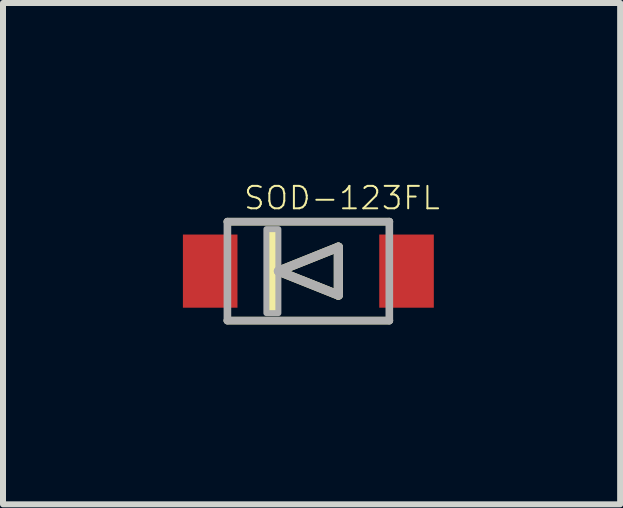
<source format=kicad_pcb>
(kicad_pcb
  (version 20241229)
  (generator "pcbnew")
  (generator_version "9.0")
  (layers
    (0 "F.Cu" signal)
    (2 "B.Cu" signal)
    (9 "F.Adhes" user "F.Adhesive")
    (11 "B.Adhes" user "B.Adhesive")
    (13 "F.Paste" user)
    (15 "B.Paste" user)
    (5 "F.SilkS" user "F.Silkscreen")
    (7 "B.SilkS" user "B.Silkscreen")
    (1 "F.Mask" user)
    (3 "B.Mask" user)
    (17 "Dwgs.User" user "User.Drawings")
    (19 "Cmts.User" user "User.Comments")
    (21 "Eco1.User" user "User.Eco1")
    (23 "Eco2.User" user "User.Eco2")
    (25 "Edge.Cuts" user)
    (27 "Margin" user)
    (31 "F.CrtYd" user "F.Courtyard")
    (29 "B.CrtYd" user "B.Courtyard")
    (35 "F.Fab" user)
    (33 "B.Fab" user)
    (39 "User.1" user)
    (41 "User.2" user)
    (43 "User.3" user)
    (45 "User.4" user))
  (footprint "SOD-123FL"
    (layer "F.Cu")
    (at 2.092 1.471)
    (property "Reference" "SOD-123FL" (at -1.1 -1 0) (unlocked yes) (layer "F.SilkS") (effects (font (size 0.374 0.374) (thickness 0.033)) (justify left bottom)))
    (fp_line (start -1.35 -0.825) (end 1.35 -0.825) (stroke (width 0.127) (type solid)) (layer "F.SilkS"))
    (fp_line (start -0.5 0) (end 0.5 -0.4) (stroke (width 0.152) (type solid)) (layer "F.SilkS"))
    (fp_line (start 0.5 -0.4) (end 0.5 0.4) (stroke (width 0.152) (type solid)) (layer "F.SilkS"))
    (fp_line (start 0.5 0.4) (end -0.5 0) (stroke (width 0.152) (type solid)) (layer "F.SilkS"))
    (fp_line (start 1.35 0.825) (end -1.35 0.825) (stroke (width 0.127) (type solid)) (layer "F.SilkS"))
    (fp_poly (pts (xy -0.7 0.7) (xy -0.5 0.7) (xy -0.5 -0.7) (xy -0.7 -0.7)) (stroke (width 0) (type default)) (fill yes) (layer "F.SilkS"))
    (fp_line (start -1.35 -0.825) (end 1.35 -0.825) (stroke (width 0.127) (type solid)) (layer "F.Fab"))
    (fp_line (start -1.35 0.825) (end -1.35 -0.825) (stroke (width 0.127) (type solid)) (layer "F.Fab"))
    (fp_line (start -0.5 0) (end 0.5 -0.4) (stroke (width 0.152) (type solid)) (layer "F.Fab"))
    (fp_line (start 0.5 -0.4) (end 0.5 0.4) (stroke (width 0.152) (type solid)) (layer "F.Fab"))
    (fp_line (start 0.5 0.4) (end -0.5 0) (stroke (width 0.152) (type solid)) (layer "F.Fab"))
    (fp_line (start 1.35 -0.825) (end 1.35 0.825) (stroke (width 0.127) (type solid)) (layer "F.Fab"))
    (fp_line (start 1.35 0.825) (end -1.35 0.825) (stroke (width 0.127) (type solid)) (layer "F.Fab"))
    (fp_poly (pts (xy -0.7 0.7) (xy -0.5 0.7) (xy -0.5 -0.7) (xy -0.7 -0.7)) (stroke (width 0.1) (type default)) (fill no) (layer "F.Fab"))
    (pad "A" smd rect (at 1.637 0) (size 0.91 1.22) (layers "F.Cu" "F.Mask" "F.Paste"))
    (pad "C" smd rect (at -1.637 0) (size 0.91 1.22) (layers "F.Cu" "F.Mask" "F.Paste")))
  (gr_rect
    (start -3 -3)
    (end 7.291 5.36)
    (stroke (width 0.1) (type default))
    (fill no)
    (layer "Edge.Cuts")))
</source>
